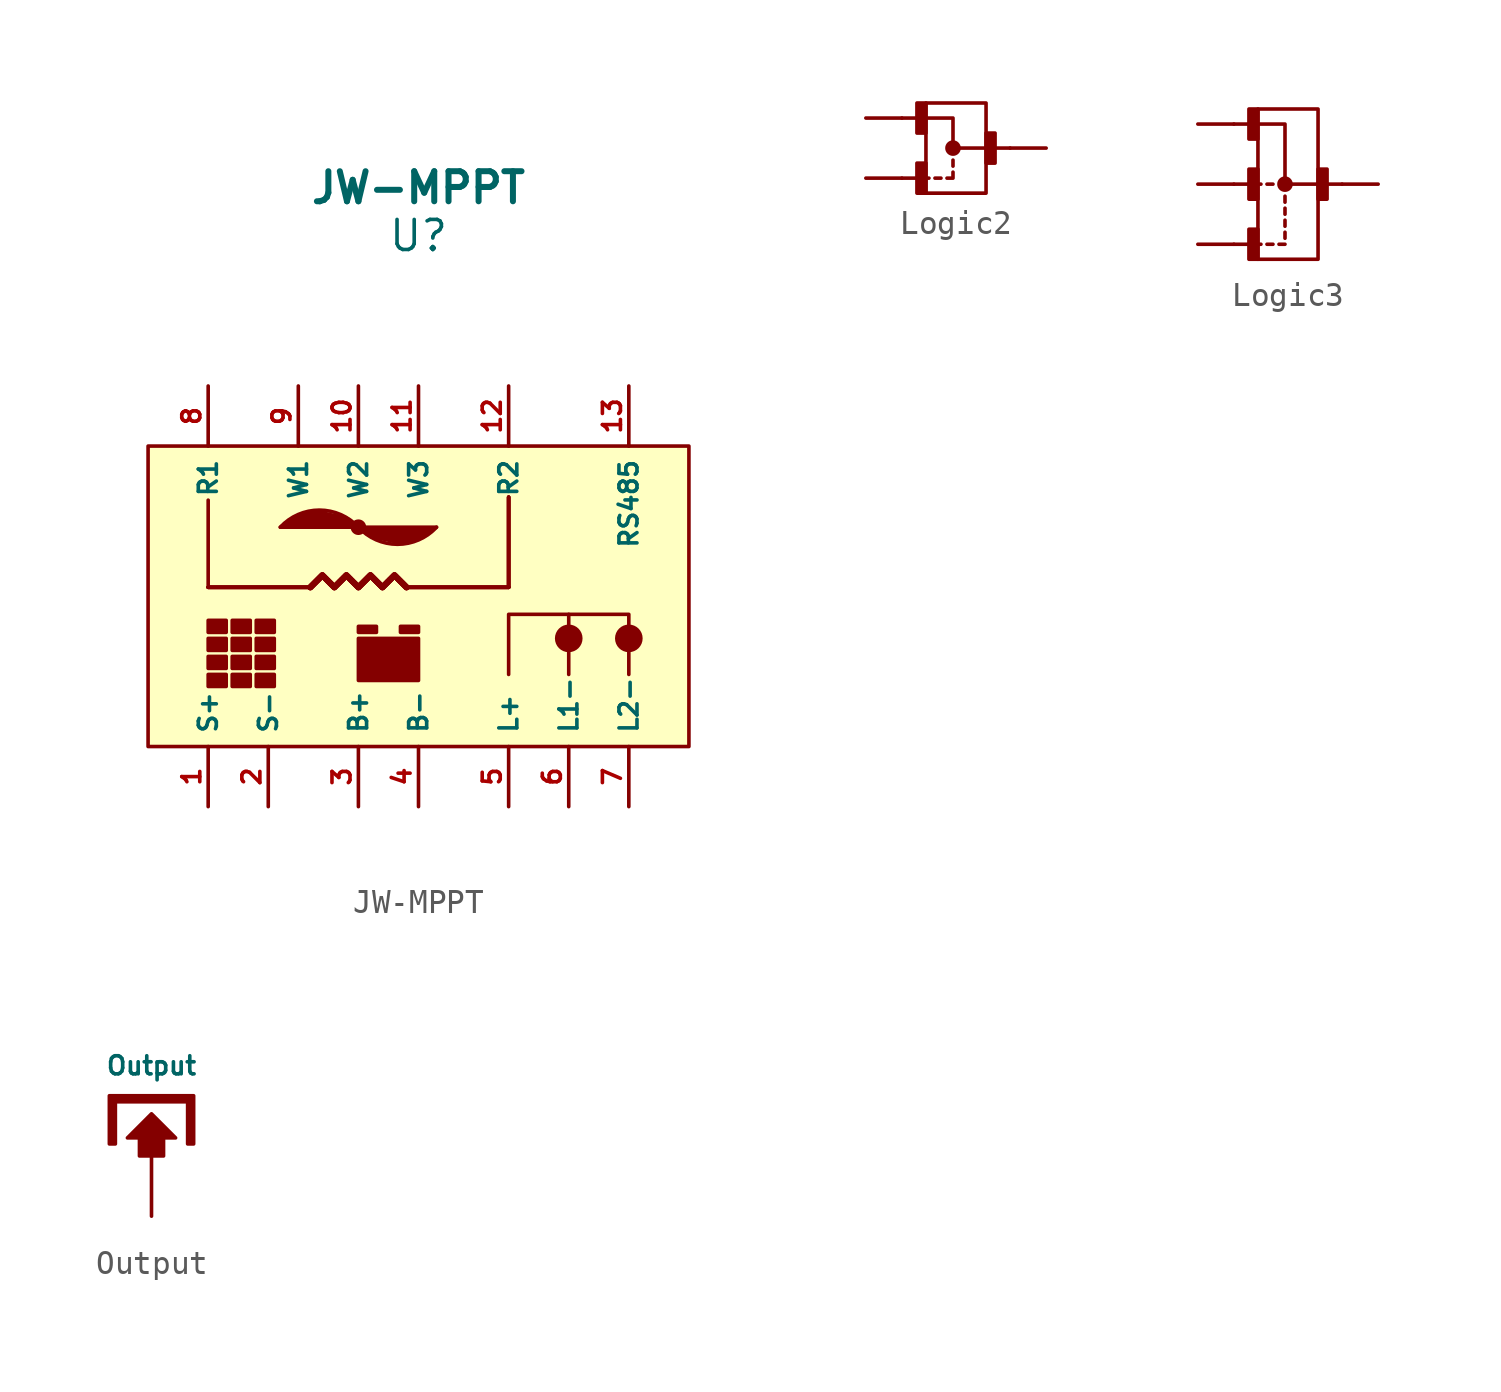
<source format=kicad_sym>
(kicad_symbol_lib
  (version 20231120)
  (generator "kicad_symbol_editor")
  (generator_version "8.0")
  (symbol "JW-MPPT"
    (property "Reference" "U"
      (at 0 15.24 0)
      (effects (font (size 1.27 1.27))))
    (property "Value" "JW-MPPT"
      (at 0 17.272 0)
      (effects (font (size 1.27 1.27) (bold yes))))
    (symbol "JW-MPPT_0_0"
      (arc (start -2.54 2.921) (mid -4.191 3.6439) (end -5.842 2.921) (stroke (width 0) (type solid)) (fill (type none)))
      (circle (center -2.54 2.921) (radius 0.254) (stroke (width 0) (type solid)) (fill (type outline)))
      (arc (start -2.54 2.921) (mid -0.889 2.1981) (end 0.762 2.921) (stroke (width 0) (type solid)) (fill (type none)))
      (polyline (pts (xy -8.89 0.381) (xy -4.572 0.381)) (stroke (width 0) (type solid)) (fill (type none)))
      (polyline (pts (xy -8.89 0.381) (xy -4.572 0.381)) (stroke (width 0) (type solid)) (fill (type none)))
      (polyline (pts (xy -8.89 0.381) (xy -4.572 0.381)) (stroke (width 0) (type solid)) (fill (type none)))
      (polyline (pts (xy -8.89 0.381) (xy -4.572 0.381)) (stroke (width 0) (type solid)) (fill (type none)))
      (polyline (pts (xy -8.89 4.064) (xy -8.89 0.381)) (stroke (width 0) (type solid)) (fill (type none)))
      (polyline (pts (xy -0.508 0.381) (xy 3.81 0.381)) (stroke (width 0) (type solid)) (fill (type none)))
      (polyline (pts (xy -0.508 0.381) (xy 3.81 0.381)) (stroke (width 0) (type solid)) (fill (type none)))
      (polyline (pts (xy -0.508 0.381) (xy 3.81 0.381)) (stroke (width 0) (type solid)) (fill (type none)))
      (polyline (pts (xy -0.508 0.381) (xy 3.81 0.381)) (stroke (width 0) (type solid)) (fill (type none)))
      (polyline (pts (xy 3.81 4.191) (xy 3.81 0.381)) (stroke (width 0) (type solid)) (fill (type none)))
      (polyline (pts (xy 3.81 4.191) (xy 3.81 0.381)) (stroke (width 0) (type solid)) (fill (type none)))
      (polyline (pts (xy 3.81 4.191) (xy 3.81 0.381)) (stroke (width 0) (type solid)) (fill (type none)))
      (polyline (pts (xy 3.81 4.191) (xy 3.81 0.381)) (stroke (width 0) (type solid)) (fill (type none)))
      (polyline (pts (xy 6.35 -3.302) (xy 6.35 -0.762)) (stroke (width 0) (type solid)) (fill (type none)))
      (polyline (pts (xy 3.81 -3.302) (xy 3.81 -0.762) (xy 8.89 -0.762) (xy 8.89 -3.302)) (stroke (width 0) (type solid)) (fill (type none)))
      (polyline (pts (xy -5.842 2.921) (xy -5.08 3.429) (xy -4.191 3.556) (xy -3.048 3.302) (xy -2.54 2.921) (xy -5.842 2.921)) (stroke (width 0) (type solid)) (fill (type outline)))
      (polyline (pts (xy 0.762 2.921) (xy 0 2.413) (xy -0.889 2.286) (xy -2.032 2.54) (xy -2.54 2.921) (xy 0.762 2.921)) (stroke (width 0) (type solid)) (fill (type outline)))
      (polyline (pts (xy -4.572 0.381) (xy -4.064 0.889) (xy -3.556 0.381) (xy -3.048 0.889) (xy -2.54 0.381) (xy -2.032 0.889) (xy -1.524 0.381) (xy -1.016 0.889) (xy -0.508 0.381)) (stroke (width 0.254) (type solid)) (fill (type none)))
      (polyline (pts (xy -4.572 0.381) (xy -4.064 0.889) (xy -3.556 0.381) (xy -3.048 0.889) (xy -2.54 0.381) (xy -2.032 0.889) (xy -1.524 0.381) (xy -1.016 0.889) (xy -0.508 0.381)) (stroke (width 0.254) (type solid)) (fill (type none)))
      (polyline (pts (xy -4.572 0.381) (xy -4.064 0.889) (xy -3.556 0.381) (xy -3.048 0.889) (xy -2.54 0.381) (xy -2.032 0.889) (xy -1.524 0.381) (xy -1.016 0.889) (xy -0.508 0.381)) (stroke (width 0.254) (type solid)) (fill (type none)))
      (polyline (pts (xy -4.572 0.381) (xy -4.064 0.889) (xy -3.556 0.381) (xy -3.048 0.889) (xy -2.54 0.381) (xy -2.032 0.889) (xy -1.524 0.381) (xy -1.016 0.889) (xy -0.508 0.381)) (stroke (width 0.254) (type solid)) (fill (type none)))
      (circle (center 6.35 -1.778) (radius 0.508) (stroke (width 0) (type solid)) (fill (type outline)))
      (circle (center 8.89 -1.778) (radius 0.508) (stroke (width 0) (type solid)) (fill (type outline))))
    (symbol "JW-MPPT_0_1"
      (rectangle (start -11.43 6.35) (end 11.43 -6.35) (stroke (width 0) (type solid)) (fill (type background)))
      (rectangle (start -8.89 -3.302) (end -8.128 -3.81) (stroke (width 0) (type solid)) (fill (type outline)))
      (rectangle (start -8.89 -2.54) (end -8.128 -3.048) (stroke (width 0) (type solid)) (fill (type outline)))
      (rectangle (start -8.89 -1.778) (end -8.128 -2.286) (stroke (width 0) (type solid)) (fill (type outline)))
      (rectangle (start -8.89 -1.016) (end -8.128 -1.524) (stroke (width 0) (type solid)) (fill (type outline)))
      (rectangle (start -7.874 -3.302) (end -7.112 -3.81) (stroke (width 0) (type solid)) (fill (type outline)))
      (rectangle (start -7.874 -2.54) (end -7.112 -3.048) (stroke (width 0) (type solid)) (fill (type outline)))
      (rectangle (start -7.874 -1.778) (end -7.112 -2.286) (stroke (width 0) (type solid)) (fill (type outline)))
      (rectangle (start -7.874 -1.016) (end -7.112 -1.524) (stroke (width 0) (type solid)) (fill (type outline)))
      (rectangle (start -6.858 -3.302) (end -6.096 -3.81) (stroke (width 0) (type solid)) (fill (type outline)))
      (rectangle (start -6.858 -2.54) (end -6.096 -3.048) (stroke (width 0) (type solid)) (fill (type outline)))
      (rectangle (start -6.858 -1.778) (end -6.096 -2.286) (stroke (width 0) (type solid)) (fill (type outline)))
      (rectangle (start -6.858 -1.016) (end -6.096 -1.524) (stroke (width 0) (type solid)) (fill (type outline)))
      (rectangle (start -2.54 -1.778) (end 0 -3.556) (stroke (width 0) (type solid)) (fill (type outline)))
      (rectangle (start -2.54 -1.27) (end -1.778 -1.524) (stroke (width 0) (type solid)) (fill (type outline)))
      (rectangle (start -0.762 -1.27) (end 0 -1.524) (stroke (width 0) (type solid)) (fill (type outline))))
    (symbol "JW-MPPT_1_1"
      (pin passive line (at -8.89 -8.89 90) (length 2.54) (name "S+" (effects (font (size 0.762 0.762)))) (number "1" (effects (font (size 0.762 0.762)))))
      (pin passive line (at -2.54 8.89 270) (length 2.54) (name "W2" (effects (font (size 0.762 0.762)))) (number "10" (effects (font (size 0.762 0.762)))))
      (pin passive line (at 0 8.89 270) (length 2.54) (name "W3" (effects (font (size 0.762 0.762)))) (number "11" (effects (font (size 0.762 0.762)))))
      (pin passive line (at 3.81 8.89 270) (length 2.54) (name "R2" (effects (font (size 0.762 0.762)))) (number "12" (effects (font (size 0.762 0.762)))))
      (pin passive line (at 8.89 8.89 270) (length 2.54) (name "RS485" (effects (font (size 0.762 0.762)))) (number "13" (effects (font (size 0.762 0.762)))))
      (pin passive line (at -6.35 -8.89 90) (length 2.54) (name "S-" (effects (font (size 0.762 0.762)))) (number "2" (effects (font (size 0.762 0.762)))))
      (pin passive line (at -2.54 -8.89 90) (length 2.54) (name "B+" (effects (font (size 0.762 0.762)))) (number "3" (effects (font (size 0.762 0.762)))))
      (pin passive line (at 0 -8.89 90) (length 2.54) (name "B-" (effects (font (size 0.762 0.762)))) (number "4" (effects (font (size 0.762 0.762)))))
      (pin passive line (at 3.81 -8.89 90) (length 2.54) (name "L+" (effects (font (size 0.762 0.762)))) (number "5" (effects (font (size 0.762 0.762)))))
      (pin passive line (at 6.35 -8.89 90) (length 2.54) (name "L1-" (effects (font (size 0.762 0.762)))) (number "6" (effects (font (size 0.762 0.762)))))
      (pin passive line (at 8.89 -8.89 90) (length 2.54) (name "L2-" (effects (font (size 0.762 0.762)))) (number "7" (effects (font (size 0.762 0.762)))))
      (pin passive line (at -8.89 8.89 270) (length 2.54) (name "R1" (effects (font (size 0.762 0.762)))) (number "8" (effects (font (size 0.762 0.762)))))
      (pin passive line (at -5.08 8.89 270) (length 2.54) (name "W1" (effects (font (size 0.762 0.762)))) (number "9" (effects (font (size 0.762 0.762)))))))
  (symbol "Logic2"
    (pin_numbers hide)
    (pin_names
      (offset 0) hide)
    (property "Reference" "L"
      (at 0 -3.175 0)
      (effects (font (size 0.762 0.762) (bold yes)) (hide yes)))
    (symbol "Logic2_0_1"
      (rectangle (start -1.651 -0.635) (end -1.27 -1.905) (stroke (width 0) (type solid)) (fill (type outline)))
      (rectangle (start -1.651 1.905) (end -1.27 0.635) (stroke (width 0) (type solid)) (fill (type outline)))
      (rectangle (start -1.27 1.905) (end 1.27 -1.905) (stroke (width 0) (type solid)) (fill (type none)))
      (circle (center -0.127 0) (radius 0.254) (stroke (width 0) (type solid)) (fill (type outline)))
      (polyline (pts (xy -2.286 -1.27) (xy -1.143 -1.27)) (stroke (width 0) (type solid)) (fill (type none)))
      (polyline (pts (xy -0.889 -1.27) (xy -0.635 -1.27)) (stroke (width 0) (type solid)) (fill (type none)))
      (polyline (pts (xy -0.127 -0.762) (xy -0.127 -0.508)) (stroke (width 0) (type solid)) (fill (type none)))
      (polyline (pts (xy -0.381 -1.27) (xy -0.127 -1.27) (xy -0.127 -1.016)) (stroke (width 0) (type solid)) (fill (type none)))
      (polyline (pts (xy -2.286 1.27) (xy -0.127 1.27) (xy -0.127 0) (xy 2.286 0)) (stroke (width 0) (type solid)) (fill (type none)))
      (rectangle (start 1.651 -0.635) (end 1.27 0.635) (stroke (width 0) (type solid)) (fill (type outline))))
    (symbol "Logic2_1_1"
      (pin passive line (at -3.81 1.27 0) (length 1.524) (name "A" (effects (font (size 0.762 0.762)))) (number "1" (effects (font (size 0.762 0.762)))))
      (pin passive line (at -3.81 -1.27 0) (length 1.524) (name "B" (effects (font (size 0.762 0.762)))) (number "2" (effects (font (size 0.762 0.762)))))
      (pin passive line (at 3.81 0 180) (length 1.524) (name "AB" (effects (font (size 0.762 0.762)))) (number "3" (effects (font (size 0.762 0.762)))))))
  (symbol "Logic3"
    (pin_numbers hide)
    (pin_names
      (offset 0) hide)
    (property "Reference" "L"
      (at 0 -4.445 0)
      (effects (font (size 0.762 0.762) (bold yes)) (hide yes)))
    (symbol "Logic3_0_1"
      (rectangle (start -1.651 -1.905) (end -1.27 -3.175) (stroke (width 0) (type solid)) (fill (type outline)))
      (rectangle (start -1.651 0.635) (end -1.27 -0.635) (stroke (width 0) (type solid)) (fill (type outline)))
      (rectangle (start -1.651 3.175) (end -1.27 1.905) (stroke (width 0) (type solid)) (fill (type outline)))
      (rectangle (start -1.27 3.175) (end 1.27 -3.175) (stroke (width 0) (type solid)) (fill (type none)))
      (circle (center -0.127 0) (radius 0.254) (stroke (width 0) (type solid)) (fill (type outline)))
      (polyline (pts (xy -2.286 -2.54) (xy -1.143 -2.54)) (stroke (width 0) (type solid)) (fill (type none)))
      (polyline (pts (xy -2.286 0) (xy -1.143 0)) (stroke (width 0) (type solid)) (fill (type none)))
      (polyline (pts (xy -0.889 0) (xy -0.635 0)) (stroke (width 0) (type solid)) (fill (type none)))
      (polyline (pts (xy -2.286 2.54) (xy -0.127 2.54) (xy -0.127 0) (xy 2.286 0)) (stroke (width 0) (type solid)) (fill (type none)))
      (rectangle (start 1.651 -0.635) (end 1.27 0.635) (stroke (width 0) (type solid)) (fill (type outline))))
    (symbol "Logic3_1_1"
      (polyline (pts (xy -0.889 -2.54) (xy -0.635 -2.54)) (stroke (width 0) (type solid)) (fill (type none)))
      (polyline (pts (xy -0.381 -2.54) (xy -0.127 -2.54)) (stroke (width 0) (type solid)) (fill (type none)))
      (polyline (pts (xy -0.127 -2.286) (xy -0.127 -2.032)) (stroke (width 0) (type solid)) (fill (type none)))
      (polyline (pts (xy -0.127 -1.778) (xy -0.127 -1.524)) (stroke (width 0) (type solid)) (fill (type none)))
      (polyline (pts (xy -0.127 -1.27) (xy -0.127 -1.016)) (stroke (width 0) (type solid)) (fill (type none)))
      (polyline (pts (xy -0.127 -0.762) (xy -0.127 -0.508)) (stroke (width 0) (type solid)) (fill (type none)))
      (pin passive line (at -3.81 2.54 0) (length 1.524) (name "A" (effects (font (size 0.762 0.762)))) (number "1" (effects (font (size 0.762 0.762)))))
      (pin passive line (at -3.81 0 0) (length 1.524) (name "B" (effects (font (size 0.762 0.762)))) (number "2" (effects (font (size 0.762 0.762)))))
      (pin passive line (at -3.81 -2.54 0) (length 1.524) (name "C" (effects (font (size 0.762 0.762)))) (number "3" (effects (font (size 0.762 0.762)))))
      (pin passive line (at 3.81 0 180) (length 1.524) (name "ABC" (effects (font (size 0.762 0.762)))) (number "4" (effects (font (size 0.762 0.762)))))))
  (symbol "Output"
    (pin_numbers hide)
    (pin_names
      (offset 0) hide)
    (property "Reference" "O"
      (at 0 -9.144 0)
      (effects (font (size 0.762 0.762)) (hide yes)))
    (property "Value" "Output"
      (at 0 3.81 0)
      (effects (font (size 0.762 0.762) (bold yes))))
    (symbol "Output_0_1"
      (polyline (pts (xy -0.508 0) (xy 0.508 0) (xy 0.508 0.762) (xy 1.016 0.762) (xy 0 1.778) (xy -1.016 0.762) (xy -0.508 0.762) (xy -0.508 0)) (stroke (width 0) (type solid)) (fill (type outline)))
      (polyline (pts (xy -1.524 0.508) (xy -1.778 0.508) (xy -1.778 2.54) (xy 1.778 2.54) (xy 1.778 0.508) (xy 1.524 0.508) (xy 1.524 2.286) (xy -1.524 2.286) (xy -1.524 0.508)) (stroke (width 0) (type solid)) (fill (type outline))))
    (symbol "Output_1_1"
      (pin passive line (at 0 -2.54 90) (length 2.54) (name "OUT" (effects (font (size 0.762 0.762)))) (number "1" (effects (font (size 0.762 0.762))))))))
</source>
